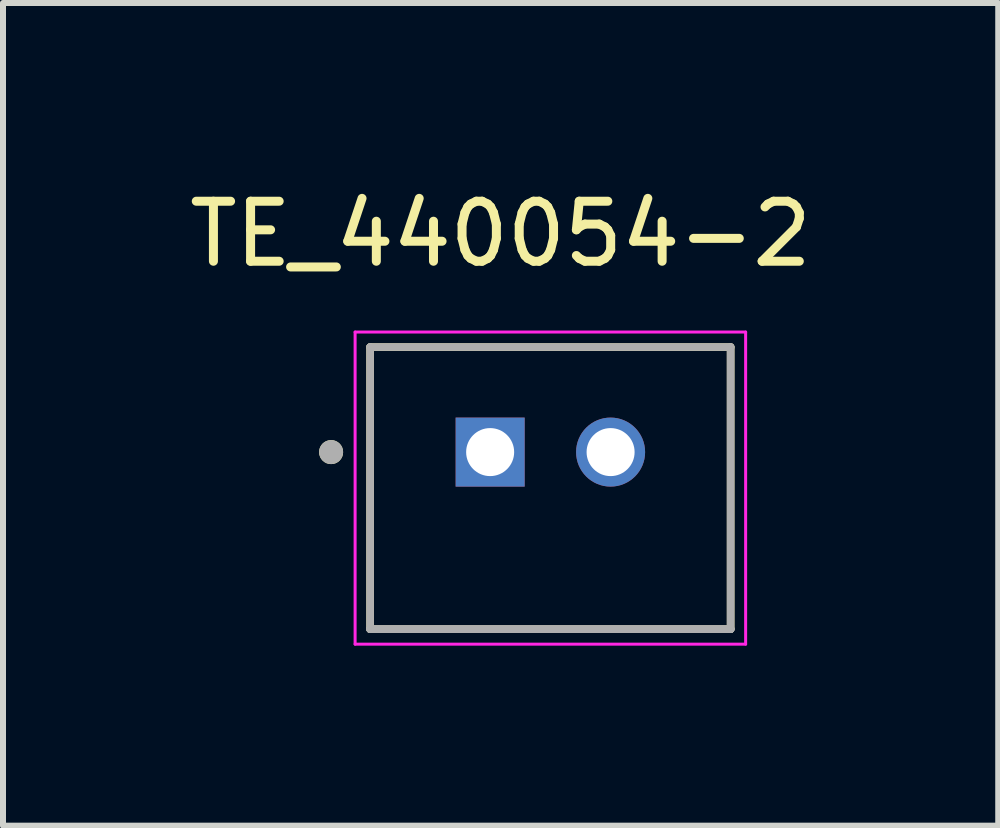
<source format=kicad_pcb>
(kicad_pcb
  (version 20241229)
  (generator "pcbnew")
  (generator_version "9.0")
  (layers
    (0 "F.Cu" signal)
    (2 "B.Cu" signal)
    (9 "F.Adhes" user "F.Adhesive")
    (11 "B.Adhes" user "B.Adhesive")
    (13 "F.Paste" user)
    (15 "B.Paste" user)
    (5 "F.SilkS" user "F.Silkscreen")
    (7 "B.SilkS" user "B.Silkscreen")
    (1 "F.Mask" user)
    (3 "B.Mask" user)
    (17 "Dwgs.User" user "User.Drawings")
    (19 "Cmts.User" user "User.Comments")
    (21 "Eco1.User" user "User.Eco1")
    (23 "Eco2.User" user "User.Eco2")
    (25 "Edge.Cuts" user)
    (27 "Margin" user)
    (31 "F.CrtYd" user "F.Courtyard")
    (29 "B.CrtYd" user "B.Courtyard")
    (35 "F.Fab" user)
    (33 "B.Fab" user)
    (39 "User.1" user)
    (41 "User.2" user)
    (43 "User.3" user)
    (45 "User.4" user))
  (footprint "TE_440054-2"
    (layer "F.Cu")
    (at 5.117 4.483)
    (property "Reference" "TE_440054-2" (at 0.175 -3.635 0) (layer "F.SilkS") (effects (font (size 1 1) (thickness 0.15))))
    (attr through_hole)
    (fp_line (start -2 2.95) (end -2 -1.75) (stroke (width 0.127) (type solid)) (layer "F.SilkS"))
    (fp_line (start 4.007 -1.75) (end -2 -1.75) (stroke (width 0.127) (type solid)) (layer "F.SilkS"))
    (fp_line (start 4.007 -1.75) (end 4.007 2.95) (stroke (width 0.127) (type solid)) (layer "F.SilkS"))
    (fp_line (start 4.007 2.95) (end -2 2.95) (stroke (width 0.127) (type solid)) (layer "F.SilkS"))
    (fp_circle (center -2.65 0) (end -2.55 0) (stroke (width 0.2) (type solid)) (fill no) (layer "F.SilkS"))
    (fp_line (start -2.25 -2) (end 4.257 -2) (stroke (width 0.05) (type solid)) (layer "F.CrtYd"))
    (fp_line (start -2.25 3.2) (end -2.25 -2) (stroke (width 0.05) (type solid)) (layer "F.CrtYd"))
    (fp_line (start 4.257 -2) (end 4.257 3.2) (stroke (width 0.05) (type solid)) (layer "F.CrtYd"))
    (fp_line (start 4.257 3.2) (end -2.25 3.2) (stroke (width 0.05) (type solid)) (layer "F.CrtYd"))
    (fp_line (start -2 -1.75) (end 4.007 -1.75) (stroke (width 0.127) (type solid)) (layer "F.Fab"))
    (fp_line (start -2 2.95) (end -2 -1.75) (stroke (width 0.127) (type solid)) (layer "F.Fab"))
    (fp_line (start -2 2.95) (end -2 2.95) (stroke (width 0.127) (type solid)) (layer "F.Fab"))
    (fp_line (start -2 2.95) (end 4.007 2.95) (stroke (width 0.127) (type solid)) (layer "F.Fab"))
    (fp_line (start 4.007 -1.75) (end 4.007 2.95) (stroke (width 0.127) (type solid)) (layer "F.Fab"))
    (fp_line (start 4.007 2.95) (end -2 2.95) (stroke (width 0.127) (type solid)) (layer "F.Fab"))
    (fp_line (start 4.007 2.95) (end 4.007 2.95) (stroke (width 0.127) (type solid)) (layer "F.Fab"))
    (fp_circle (center -2.65 0) (end -2.55 0) (stroke (width 0.2) (type solid)) (fill no) (layer "F.Fab"))
    (pad "1" thru_hole rect (at 0 0) (size 1.15 1.15) (drill 0.8) (layers "*.Cu" "*.Mask"))
    (pad "2" thru_hole circle (at 2.007 0) (size 1.15 1.15) (drill 0.8) (layers "*.Cu" "*.Mask")))
  (gr_rect
    (start -3 -3)
    (end 13.583 10.708)
    (stroke (width 0.1) (type default))
    (fill no)
    (layer "Edge.Cuts")))
</source>
